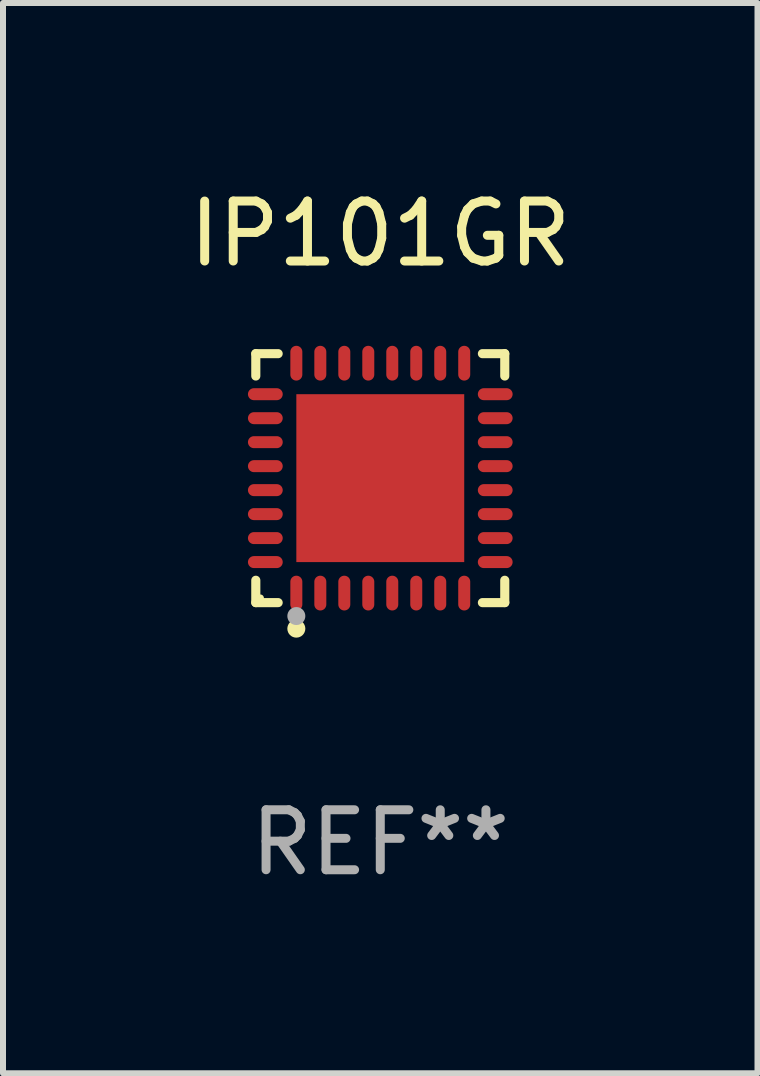
<source format=kicad_pcb>
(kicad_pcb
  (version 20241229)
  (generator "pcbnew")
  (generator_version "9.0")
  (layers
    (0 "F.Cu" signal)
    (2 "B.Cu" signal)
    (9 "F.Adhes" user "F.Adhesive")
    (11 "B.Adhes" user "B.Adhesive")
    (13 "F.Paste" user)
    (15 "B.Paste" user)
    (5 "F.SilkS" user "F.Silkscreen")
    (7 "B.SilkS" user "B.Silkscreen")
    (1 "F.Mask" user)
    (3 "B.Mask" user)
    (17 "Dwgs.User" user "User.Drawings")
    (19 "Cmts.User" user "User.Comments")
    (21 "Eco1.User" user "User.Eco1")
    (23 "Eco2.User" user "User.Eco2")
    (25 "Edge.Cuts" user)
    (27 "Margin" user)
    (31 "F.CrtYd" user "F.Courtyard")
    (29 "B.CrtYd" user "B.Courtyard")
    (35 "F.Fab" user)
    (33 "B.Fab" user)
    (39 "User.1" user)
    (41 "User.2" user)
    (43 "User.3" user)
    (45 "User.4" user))
  (footprint "IP101GR"
    (layer "F.Cu")
    (at 3.292 4.924)
    (property "Reference" "IP101GR" (at 0 -4.076 0) (layer "F.SilkS") (effects (font (size 1 1) (thickness 0.15))))
    (attr through_hole)
    (fp_line (start -2.076 -2.076) (end -1.703 -2.076) (stroke (width 0.152) (type solid)) (layer "F.SilkS"))
    (fp_line (start -2.076 -1.703) (end -2.076 -2.076) (stroke (width 0.152) (type solid)) (layer "F.SilkS"))
    (fp_line (start -2.076 1.703) (end -2.076 2.076) (stroke (width 0.152) (type solid)) (layer "F.SilkS"))
    (fp_line (start -2.076 2.076) (end -1.703 2.076) (stroke (width 0.152) (type solid)) (layer "F.SilkS"))
    (fp_line (start 2.076 -2.076) (end 1.703 -2.076) (stroke (width 0.152) (type solid)) (layer "F.SilkS"))
    (fp_line (start 2.076 -1.703) (end 2.076 -2.076) (stroke (width 0.152) (type solid)) (layer "F.SilkS"))
    (fp_line (start 2.076 1.703) (end 2.076 2.076) (stroke (width 0.152) (type solid)) (layer "F.SilkS"))
    (fp_line (start 2.076 2.076) (end 1.703 2.076) (stroke (width 0.152) (type solid)) (layer "F.SilkS"))
    (fp_circle (center -2 2) (end -1.97 2) (stroke (width 0.06) (type solid)) (fill no) (layer "F.SilkS"))
    (fp_circle (center -1.4 2.51) (end -1.325 2.51) (stroke (width 0.15) (type solid)) (fill no) (layer "F.SilkS"))
    (fp_circle (center -1.4 2.3) (end -1.325 2.3) (stroke (width 0.15) (type solid)) (fill no) (layer "F.Fab"))
    (fp_text user "REF**" (at 0 6.076 0) (layer "F.Fab") (effects (font (size 1 1) (thickness 0.15))))
    (pad "1" smd oval (at -1.4 1.917) (size 0.2 0.58) (layers "F.Cu" "F.Mask" "F.Paste"))
    (pad "2" smd oval (at -1 1.917) (size 0.2 0.58) (layers "F.Cu" "F.Mask" "F.Paste"))
    (pad "3" smd oval (at -0.6 1.917) (size 0.2 0.58) (layers "F.Cu" "F.Mask" "F.Paste"))
    (pad "4" smd oval (at -0.2 1.917) (size 0.2 0.58) (layers "F.Cu" "F.Mask" "F.Paste"))
    (pad "5" smd oval (at 0.2 1.917) (size 0.2 0.58) (layers "F.Cu" "F.Mask" "F.Paste"))
    (pad "6" smd oval (at 0.6 1.917) (size 0.2 0.58) (layers "F.Cu" "F.Mask" "F.Paste"))
    (pad "7" smd oval (at 1 1.917) (size 0.2 0.58) (layers "F.Cu" "F.Mask" "F.Paste"))
    (pad "8" smd oval (at 1.4 1.917) (size 0.2 0.58) (layers "F.Cu" "F.Mask" "F.Paste"))
    (pad "9" smd oval (at 1.917 1.4) (size 0.58 0.2) (layers "F.Cu" "F.Mask" "F.Paste"))
    (pad "10" smd oval (at 1.917 1) (size 0.58 0.2) (layers "F.Cu" "F.Mask" "F.Paste"))
    (pad "11" smd oval (at 1.917 0.6) (size 0.58 0.2) (layers "F.Cu" "F.Mask" "F.Paste"))
    (pad "12" smd oval (at 1.917 0.2) (size 0.58 0.2) (layers "F.Cu" "F.Mask" "F.Paste"))
    (pad "13" smd oval (at 1.917 -0.2) (size 0.58 0.2) (layers "F.Cu" "F.Mask" "F.Paste"))
    (pad "14" smd oval (at 1.917 -0.6) (size 0.58 0.2) (layers "F.Cu" "F.Mask" "F.Paste"))
    (pad "15" smd oval (at 1.917 -1) (size 0.58 0.2) (layers "F.Cu" "F.Mask" "F.Paste"))
    (pad "16" smd oval (at 1.917 -1.4) (size 0.58 0.2) (layers "F.Cu" "F.Mask" "F.Paste"))
    (pad "17" smd oval (at 1.4 -1.917) (size 0.2 0.58) (layers "F.Cu" "F.Mask" "F.Paste"))
    (pad "18" smd oval (at 1 -1.917) (size 0.2 0.58) (layers "F.Cu" "F.Mask" "F.Paste"))
    (pad "19" smd oval (at 0.6 -1.917) (size 0.2 0.58) (layers "F.Cu" "F.Mask" "F.Paste"))
    (pad "20" smd oval (at 0.2 -1.917) (size 0.2 0.58) (layers "F.Cu" "F.Mask" "F.Paste"))
    (pad "21" smd oval (at -0.2 -1.917) (size 0.2 0.58) (layers "F.Cu" "F.Mask" "F.Paste"))
    (pad "22" smd oval (at -0.6 -1.917) (size 0.2 0.58) (layers "F.Cu" "F.Mask" "F.Paste"))
    (pad "23" smd oval (at -1 -1.917) (size 0.2 0.58) (layers "F.Cu" "F.Mask" "F.Paste"))
    (pad "24" smd oval (at -1.4 -1.917) (size 0.2 0.58) (layers "F.Cu" "F.Mask" "F.Paste"))
    (pad "25" smd oval (at -1.917 -1.4) (size 0.58 0.2) (layers "F.Cu" "F.Mask" "F.Paste"))
    (pad "26" smd oval (at -1.917 -1) (size 0.58 0.2) (layers "F.Cu" "F.Mask" "F.Paste"))
    (pad "27" smd oval (at -1.917 -0.6) (size 0.58 0.2) (layers "F.Cu" "F.Mask" "F.Paste"))
    (pad "28" smd oval (at -1.917 -0.2) (size 0.58 0.2) (layers "F.Cu" "F.Mask" "F.Paste"))
    (pad "29" smd oval (at -1.917 0.2) (size 0.58 0.2) (layers "F.Cu" "F.Mask" "F.Paste"))
    (pad "30" smd oval (at -1.917 0.6) (size 0.58 0.2) (layers "F.Cu" "F.Mask" "F.Paste"))
    (pad "31" smd oval (at -1.917 1) (size 0.58 0.2) (layers "F.Cu" "F.Mask" "F.Paste"))
    (pad "32" smd oval (at -1.917 1.4) (size 0.58 0.2) (layers "F.Cu" "F.Mask" "F.Paste"))
    (pad "33" smd rect (at 0 0) (size 2.8 2.8) (layers "F.Cu" "F.Mask" "F.Paste")))
  (gr_rect
    (start -3 -3)
    (end 9.583 14.849)
    (stroke (width 0.1) (type default))
    (fill no)
    (layer "Edge.Cuts")))
</source>
